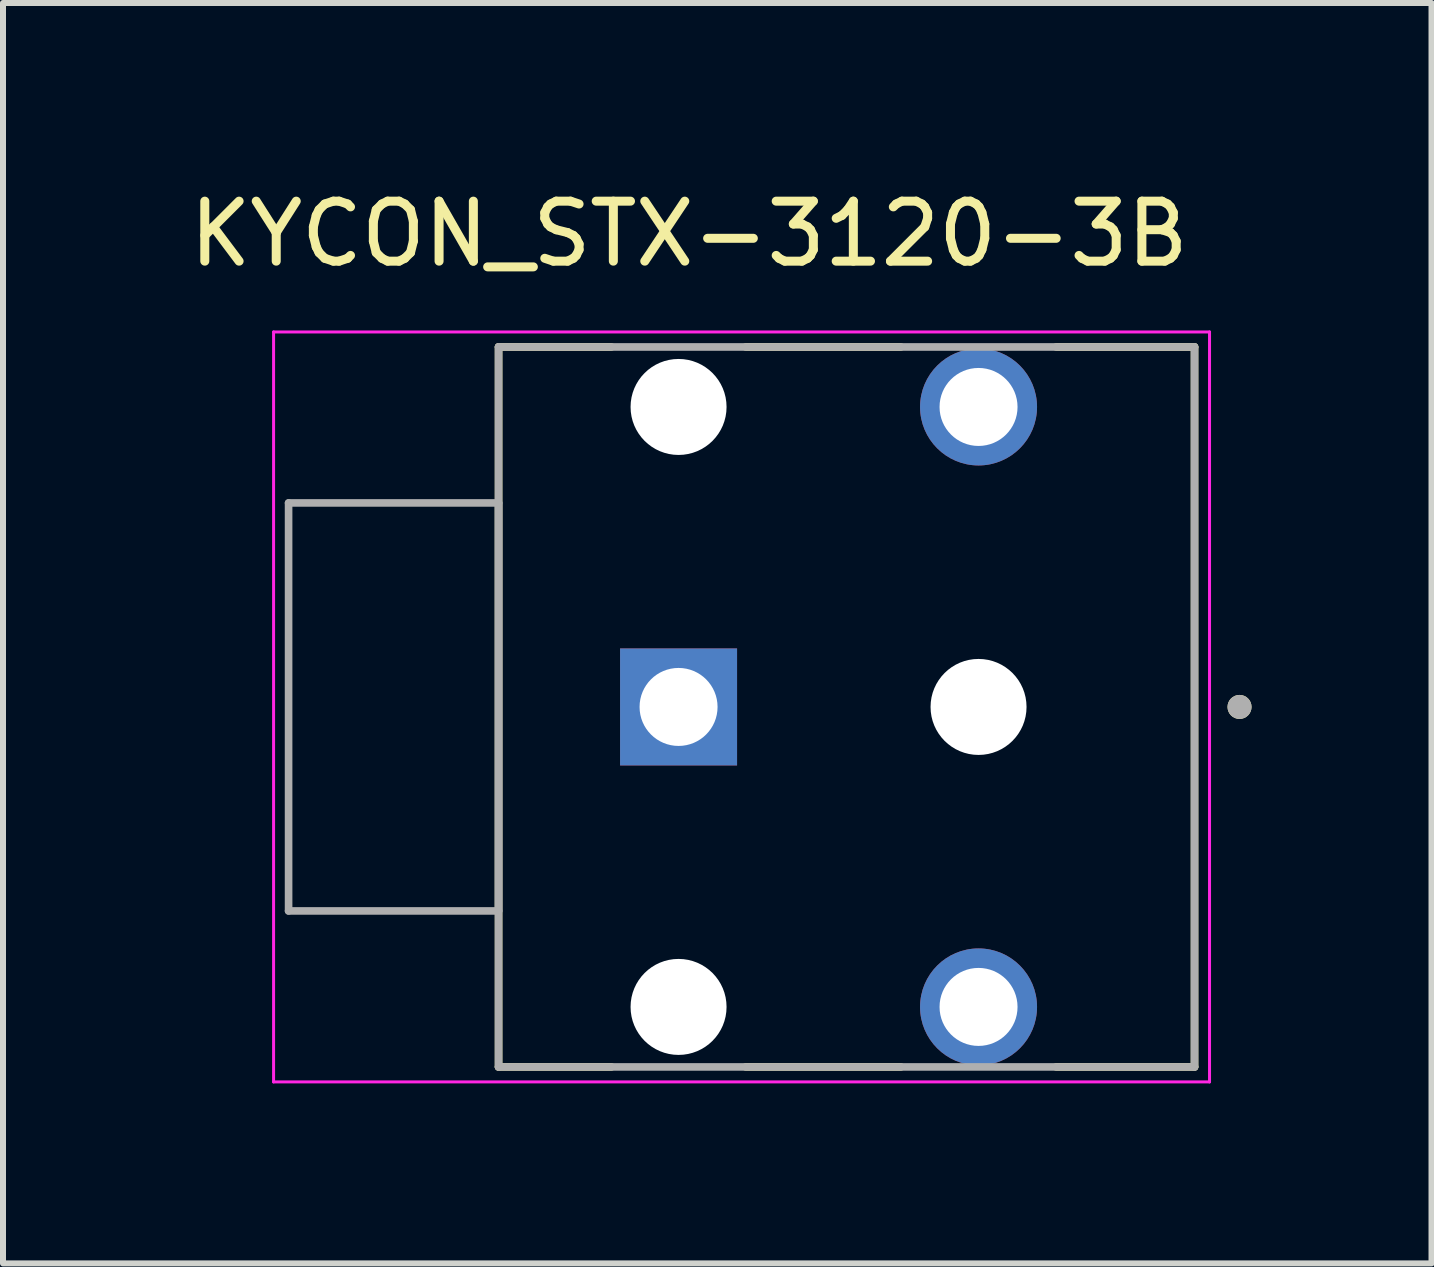
<source format=kicad_pcb>
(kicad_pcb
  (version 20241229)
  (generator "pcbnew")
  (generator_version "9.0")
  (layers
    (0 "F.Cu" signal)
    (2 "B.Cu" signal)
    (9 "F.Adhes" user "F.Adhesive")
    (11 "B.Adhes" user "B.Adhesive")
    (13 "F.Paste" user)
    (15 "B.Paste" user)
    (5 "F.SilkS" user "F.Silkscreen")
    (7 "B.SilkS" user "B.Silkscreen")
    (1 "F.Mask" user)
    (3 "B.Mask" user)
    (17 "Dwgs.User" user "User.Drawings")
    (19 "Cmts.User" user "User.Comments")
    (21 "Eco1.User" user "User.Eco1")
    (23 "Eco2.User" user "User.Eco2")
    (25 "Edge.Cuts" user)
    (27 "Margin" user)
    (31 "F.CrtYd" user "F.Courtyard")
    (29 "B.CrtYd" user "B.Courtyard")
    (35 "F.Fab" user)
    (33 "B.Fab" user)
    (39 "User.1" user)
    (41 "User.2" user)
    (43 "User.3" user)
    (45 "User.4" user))
  (footprint "KYCON_STX-3120-3B"
    (layer "F.Cu")
    (at 8.26 8.733)
    (property "Reference" "KYCON_STX-3120-3B" (at 0.175 -7.885 0) (layer "F.SilkS") (effects (font (size 1 1) (thickness 0.15))))
    (attr through_hole)
    (fp_line (start -3 -6) (end -1.12 -6) (stroke (width 0.127) (type solid)) (layer "F.SilkS"))
    (fp_line (start -3 6) (end -3 -6) (stroke (width 0.127) (type solid)) (layer "F.SilkS"))
    (fp_line (start -1.12 6) (end -3 6) (stroke (width 0.127) (type solid)) (layer "F.SilkS"))
    (fp_line (start 1.12 -6) (end 3.705 -6) (stroke (width 0.127) (type solid)) (layer "F.SilkS"))
    (fp_line (start 1.12 6) (end 3.705 6) (stroke (width 0.127) (type solid)) (layer "F.SilkS"))
    (fp_line (start 6.295 -6) (end 8.6 -6) (stroke (width 0.127) (type solid)) (layer "F.SilkS"))
    (fp_line (start 8.6 -6) (end 8.6 6) (stroke (width 0.127) (type solid)) (layer "F.SilkS"))
    (fp_line (start 8.6 6) (end 6.295 6) (stroke (width 0.127) (type solid)) (layer "F.SilkS"))
    (fp_circle (center 9.35 0) (end 9.45 0) (stroke (width 0.2) (type solid)) (fill no) (layer "F.SilkS"))
    (fp_line (start -6.75 -6.25) (end -6.75 6.25) (stroke (width 0.05) (type solid)) (layer "F.CrtYd"))
    (fp_line (start -6.75 6.25) (end 8.85 6.25) (stroke (width 0.05) (type solid)) (layer "F.CrtYd"))
    (fp_line (start 8.85 -6.25) (end -6.75 -6.25) (stroke (width 0.05) (type solid)) (layer "F.CrtYd"))
    (fp_line (start 8.85 6.25) (end 8.85 -6.25) (stroke (width 0.05) (type solid)) (layer "F.CrtYd"))
    (fp_line (start -6.5 -3.4) (end -6.5 3.4) (stroke (width 0.127) (type solid)) (layer "F.Fab"))
    (fp_line (start -6.5 3.4) (end -3 3.4) (stroke (width 0.127) (type solid)) (layer "F.Fab"))
    (fp_line (start -3 -6) (end 8.6 -6) (stroke (width 0.127) (type solid)) (layer "F.Fab"))
    (fp_line (start -3 -3.4) (end -6.5 -3.4) (stroke (width 0.127) (type solid)) (layer "F.Fab"))
    (fp_line (start -3 3.4) (end -3 -3.4) (stroke (width 0.127) (type solid)) (layer "F.Fab"))
    (fp_line (start -3 6) (end -3 -6) (stroke (width 0.127) (type solid)) (layer "F.Fab"))
    (fp_line (start 8.6 -6) (end 8.6 6) (stroke (width 0.127) (type solid)) (layer "F.Fab"))
    (fp_line (start 8.6 6) (end -3 6) (stroke (width 0.127) (type solid)) (layer "F.Fab"))
    (fp_circle (center 9.35 0) (end 9.45 0) (stroke (width 0.2) (type solid)) (fill no) (layer "F.Fab"))
    (pad "" np_thru_hole circle (at 0 -5) (size 1.6 1.6) (drill 1.6) (layers "*.Cu" "*.Mask"))
    (pad "" np_thru_hole circle (at 0 5) (size 1.6 1.6) (drill 1.6) (layers "*.Cu" "*.Mask"))
    (pad "" np_thru_hole circle (at 5 0) (size 1.6 1.6) (drill 1.6) (layers "*.Cu" "*.Mask"))
    (pad "1" thru_hole rect (at 0 0) (size 1.95 1.95) (drill 1.3) (layers "*.Cu" "*.Mask"))
    (pad "2" thru_hole circle (at 5 -5) (size 1.95 1.95) (drill 1.3) (layers "*.Cu" "*.Mask"))
    (pad "5" thru_hole circle (at 5 5) (size 1.95 1.95) (drill 1.3) (layers "*.Cu" "*.Mask")))
  (gr_rect
    (start -3 -3)
    (end 20.81 18.008)
    (stroke (width 0.1) (type default))
    (fill no)
    (layer "Edge.Cuts")))
</source>
